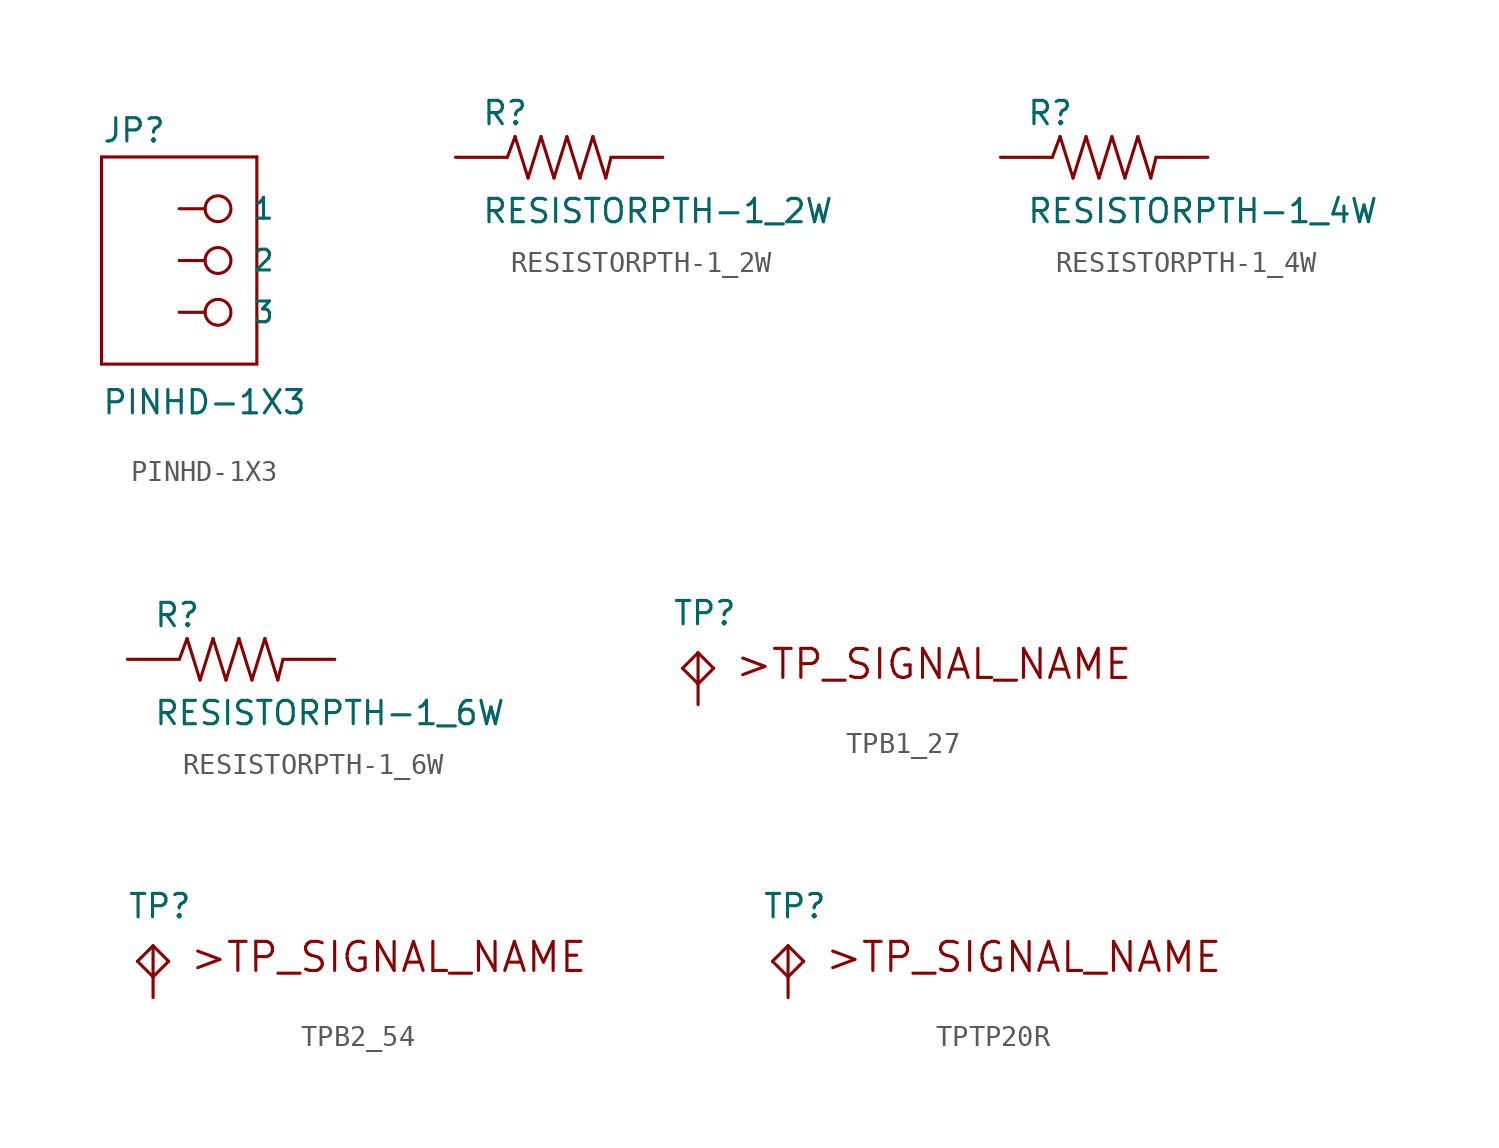
<source format=kicad_sym>
(kicad_symbol_lib
  (version 20211014)
  (generator kicad_symbol_editor)
  (symbol "PINHD-1X3"
    (pin_numbers hide)
    (pin_names
      (offset 1.016))
    (property "Reference" "JP"
      (at -6.35 5.715 0)
      (effects (font (size 1.143 1.143)) (justify left bottom)))
    (property "Value" "PINHD-1X3"
      (at -6.35 -7.62 0)
      (effects (font (size 1.143 1.143)) (justify left bottom)))
    (property "ki_locked" ""
      (at 0 0 0)
      (effects (font (size 1.27 1.27))))
    (symbol "PINHD-1X3_1_0"
      (polyline (pts (xy -6.35 -5.08) (xy 1.27 -5.08)) (stroke (width 0) (type default) (color 0 0 0 0)) (fill (type none)))
      (polyline (pts (xy -6.35 5.08) (xy -6.35 -5.08)) (stroke (width 0) (type default) (color 0 0 0 0)) (fill (type none)))
      (polyline (pts (xy 1.27 -5.08) (xy 1.27 5.08)) (stroke (width 0) (type default) (color 0 0 0 0)) (fill (type none)))
      (polyline (pts (xy 1.27 5.08) (xy -6.35 5.08)) (stroke (width 0) (type default) (color 0 0 0 0)) (fill (type none))))
    (symbol "PINHD-1X3_1_1"
      (pin passive inverted (at -2.54 2.54 0) (length 2.54) (name "1" (effects (font (size 1.016 1.016)))) (number "1" (effects (font (size 1.016 1.016)))))
      (pin passive inverted (at -2.54 0 0) (length 2.54) (name "2" (effects (font (size 1.016 1.016)))) (number "2" (effects (font (size 1.016 1.016)))))
      (pin passive inverted (at -2.54 -2.54 0) (length 2.54) (name "3" (effects (font (size 1.016 1.016)))) (number "3" (effects (font (size 1.016 1.016)))))))
  (symbol "RESISTORPTH-1_2W"
    (pin_numbers hide)
    (pin_names
      (offset 1.016) hide)
    (property "Reference" "R"
      (at -3.81 1.499 0)
      (effects (font (size 1.143 1.143)) (justify left bottom)))
    (property "Value" "RESISTORPTH-1_2W"
      (at -3.81 -3.302 0)
      (effects (font (size 1.143 1.143)) (justify left bottom)))
    (property "ki_locked" ""
      (at 0 0 0)
      (effects (font (size 1.27 1.27))))
    (symbol "RESISTORPTH-1_2W_1_0"
      (polyline (pts (xy -2.54 0) (xy -2.159 1.016)) (stroke (width 0) (type default) (color 0 0 0 0)) (fill (type none)))
      (polyline (pts (xy -2.159 1.016) (xy -1.524 -1.016)) (stroke (width 0) (type default) (color 0 0 0 0)) (fill (type none)))
      (polyline (pts (xy -1.524 -1.016) (xy -0.889 1.016)) (stroke (width 0) (type default) (color 0 0 0 0)) (fill (type none)))
      (polyline (pts (xy -0.889 1.016) (xy -0.254 -1.016)) (stroke (width 0) (type default) (color 0 0 0 0)) (fill (type none)))
      (polyline (pts (xy -0.254 -1.016) (xy 0.381 1.016)) (stroke (width 0) (type default) (color 0 0 0 0)) (fill (type none)))
      (polyline (pts (xy 0.381 1.016) (xy 1.016 -1.016)) (stroke (width 0) (type default) (color 0 0 0 0)) (fill (type none)))
      (polyline (pts (xy 1.016 -1.016) (xy 1.651 1.016)) (stroke (width 0) (type default) (color 0 0 0 0)) (fill (type none)))
      (polyline (pts (xy 1.651 1.016) (xy 2.286 -1.016)) (stroke (width 0) (type default) (color 0 0 0 0)) (fill (type none)))
      (polyline (pts (xy 2.286 -1.016) (xy 2.54 0)) (stroke (width 0) (type default) (color 0 0 0 0)) (fill (type none))))
    (symbol "RESISTORPTH-1_2W_1_1"
      (pin passive line (at -5.08 0 0) (length 2.54) (name "1" (effects (font (size 1.016 1.016)))) (number "P$1" (effects (font (size 1.016 1.016)))))
      (pin passive line (at 5.08 0 180) (length 2.54) (name "2" (effects (font (size 1.016 1.016)))) (number "P$2" (effects (font (size 1.016 1.016)))))))
  (symbol "RESISTORPTH-1_4W"
    (pin_numbers hide)
    (pin_names
      (offset 1.016) hide)
    (property "Reference" "R"
      (at -3.81 1.499 0)
      (effects (font (size 1.143 1.143)) (justify left bottom)))
    (property "Value" "RESISTORPTH-1_4W"
      (at -3.81 -3.302 0)
      (effects (font (size 1.143 1.143)) (justify left bottom)))
    (property "ki_locked" ""
      (at 0 0 0)
      (effects (font (size 1.27 1.27))))
    (symbol "RESISTORPTH-1_4W_1_0"
      (polyline (pts (xy -2.54 0) (xy -2.159 1.016)) (stroke (width 0) (type default) (color 0 0 0 0)) (fill (type none)))
      (polyline (pts (xy -2.159 1.016) (xy -1.524 -1.016)) (stroke (width 0) (type default) (color 0 0 0 0)) (fill (type none)))
      (polyline (pts (xy -1.524 -1.016) (xy -0.889 1.016)) (stroke (width 0) (type default) (color 0 0 0 0)) (fill (type none)))
      (polyline (pts (xy -0.889 1.016) (xy -0.254 -1.016)) (stroke (width 0) (type default) (color 0 0 0 0)) (fill (type none)))
      (polyline (pts (xy -0.254 -1.016) (xy 0.381 1.016)) (stroke (width 0) (type default) (color 0 0 0 0)) (fill (type none)))
      (polyline (pts (xy 0.381 1.016) (xy 1.016 -1.016)) (stroke (width 0) (type default) (color 0 0 0 0)) (fill (type none)))
      (polyline (pts (xy 1.016 -1.016) (xy 1.651 1.016)) (stroke (width 0) (type default) (color 0 0 0 0)) (fill (type none)))
      (polyline (pts (xy 1.651 1.016) (xy 2.286 -1.016)) (stroke (width 0) (type default) (color 0 0 0 0)) (fill (type none)))
      (polyline (pts (xy 2.286 -1.016) (xy 2.54 0)) (stroke (width 0) (type default) (color 0 0 0 0)) (fill (type none))))
    (symbol "RESISTORPTH-1_4W_1_1"
      (pin passive line (at -5.08 0 0) (length 2.54) (name "1" (effects (font (size 1.016 1.016)))) (number "P$1" (effects (font (size 1.016 1.016)))))
      (pin passive line (at 5.08 0 180) (length 2.54) (name "2" (effects (font (size 1.016 1.016)))) (number "P$2" (effects (font (size 1.016 1.016)))))))
  (symbol "RESISTORPTH-1_6W"
    (pin_numbers hide)
    (pin_names
      (offset 1.016) hide)
    (property "Reference" "R"
      (at -3.81 1.499 0)
      (effects (font (size 1.143 1.143)) (justify left bottom)))
    (property "Value" "RESISTORPTH-1_6W"
      (at -3.81 -3.302 0)
      (effects (font (size 1.143 1.143)) (justify left bottom)))
    (property "ki_locked" ""
      (at 0 0 0)
      (effects (font (size 1.27 1.27))))
    (symbol "RESISTORPTH-1_6W_1_0"
      (polyline (pts (xy -2.54 0) (xy -2.159 1.016)) (stroke (width 0) (type default) (color 0 0 0 0)) (fill (type none)))
      (polyline (pts (xy -2.159 1.016) (xy -1.524 -1.016)) (stroke (width 0) (type default) (color 0 0 0 0)) (fill (type none)))
      (polyline (pts (xy -1.524 -1.016) (xy -0.889 1.016)) (stroke (width 0) (type default) (color 0 0 0 0)) (fill (type none)))
      (polyline (pts (xy -0.889 1.016) (xy -0.254 -1.016)) (stroke (width 0) (type default) (color 0 0 0 0)) (fill (type none)))
      (polyline (pts (xy -0.254 -1.016) (xy 0.381 1.016)) (stroke (width 0) (type default) (color 0 0 0 0)) (fill (type none)))
      (polyline (pts (xy 0.381 1.016) (xy 1.016 -1.016)) (stroke (width 0) (type default) (color 0 0 0 0)) (fill (type none)))
      (polyline (pts (xy 1.016 -1.016) (xy 1.651 1.016)) (stroke (width 0) (type default) (color 0 0 0 0)) (fill (type none)))
      (polyline (pts (xy 1.651 1.016) (xy 2.286 -1.016)) (stroke (width 0) (type default) (color 0 0 0 0)) (fill (type none)))
      (polyline (pts (xy 2.286 -1.016) (xy 2.54 0)) (stroke (width 0) (type default) (color 0 0 0 0)) (fill (type none))))
    (symbol "RESISTORPTH-1_6W_1_1"
      (pin passive line (at -5.08 0 0) (length 2.54) (name "1" (effects (font (size 1.016 1.016)))) (number "1" (effects (font (size 1.016 1.016)))))
      (pin passive line (at 5.08 0 180) (length 2.54) (name "2" (effects (font (size 1.016 1.016)))) (number "2" (effects (font (size 1.016 1.016)))))))
  (symbol "TPB1_27"
    (pin_numbers hide)
    (pin_names
      (offset 1.016) hide)
    (property "Reference" "TP"
      (at -1.27 1.27 0)
      (effects (font (size 1.143 1.143)) (justify left bottom)))
    (property "ki_locked" ""
      (at 0 0 0)
      (effects (font (size 1.27 1.27))))
    (symbol "TPB1_27_1_0"
      (polyline (pts (xy -0.762 -0.762) (xy 0 0)) (stroke (width 0) (type default) (color 0 0 0 0)) (fill (type none)))
      (polyline (pts (xy 0 -1.524) (xy -0.762 -0.762)) (stroke (width 0) (type default) (color 0 0 0 0)) (fill (type none)))
      (polyline (pts (xy 0 0) (xy 0.762 -0.762)) (stroke (width 0) (type default) (color 0 0 0 0)) (fill (type none)))
      (polyline (pts (xy 0.762 -0.762) (xy 0 -1.524)) (stroke (width 0) (type default) (color 0 0 0 0)) (fill (type none)))
      (text ">TP_SIGNAL_NAME" (at 11.532 -0.559 0) (effects (font (size 1.422 1.422)))))
    (symbol "TPB1_27_1_1"
      (pin input line (at 0 -2.54 90) (length 2.54) (name "TP" (effects (font (size 1.016 1.016)))) (number "TP" (effects (font (size 1.016 1.016)))))))
  (symbol "TPB2_54"
    (pin_numbers hide)
    (pin_names
      (offset 1.016) hide)
    (property "Reference" "TP"
      (at -1.27 1.27 0)
      (effects (font (size 1.143 1.143)) (justify left bottom)))
    (property "ki_locked" ""
      (at 0 0 0)
      (effects (font (size 1.27 1.27))))
    (symbol "TPB2_54_1_0"
      (polyline (pts (xy -0.762 -0.762) (xy 0 0)) (stroke (width 0) (type default) (color 0 0 0 0)) (fill (type none)))
      (polyline (pts (xy 0 -1.524) (xy -0.762 -0.762)) (stroke (width 0) (type default) (color 0 0 0 0)) (fill (type none)))
      (polyline (pts (xy 0 0) (xy 0.762 -0.762)) (stroke (width 0) (type default) (color 0 0 0 0)) (fill (type none)))
      (polyline (pts (xy 0.762 -0.762) (xy 0 -1.524)) (stroke (width 0) (type default) (color 0 0 0 0)) (fill (type none)))
      (text ">TP_SIGNAL_NAME" (at 11.532 -0.559 0) (effects (font (size 1.422 1.422)))))
    (symbol "TPB2_54_1_1"
      (pin input line (at 0 -2.54 90) (length 2.54) (name "TP" (effects (font (size 1.016 1.016)))) (number "TP" (effects (font (size 1.016 1.016)))))))
  (symbol "TPTP20R"
    (pin_numbers hide)
    (pin_names
      (offset 1.016) hide)
    (property "Reference" "TP"
      (at -1.27 1.27 0)
      (effects (font (size 1.143 1.143)) (justify left bottom)))
    (property "ki_locked" ""
      (at 0 0 0)
      (effects (font (size 1.27 1.27))))
    (symbol "TPTP20R_1_0"
      (polyline (pts (xy -0.762 -0.762) (xy 0 0)) (stroke (width 0) (type default) (color 0 0 0 0)) (fill (type none)))
      (polyline (pts (xy 0 -1.524) (xy -0.762 -0.762)) (stroke (width 0) (type default) (color 0 0 0 0)) (fill (type none)))
      (polyline (pts (xy 0 0) (xy 0.762 -0.762)) (stroke (width 0) (type default) (color 0 0 0 0)) (fill (type none)))
      (polyline (pts (xy 0.762 -0.762) (xy 0 -1.524)) (stroke (width 0) (type default) (color 0 0 0 0)) (fill (type none)))
      (text ">TP_SIGNAL_NAME" (at 11.532 -0.559 0) (effects (font (size 1.422 1.422)))))
    (symbol "TPTP20R_1_1"
      (pin input line (at 0 -2.54 90) (length 2.54) (name "TP" (effects (font (size 1.016 1.016)))) (number "TP" (effects (font (size 1.016 1.016))))))))
</source>
